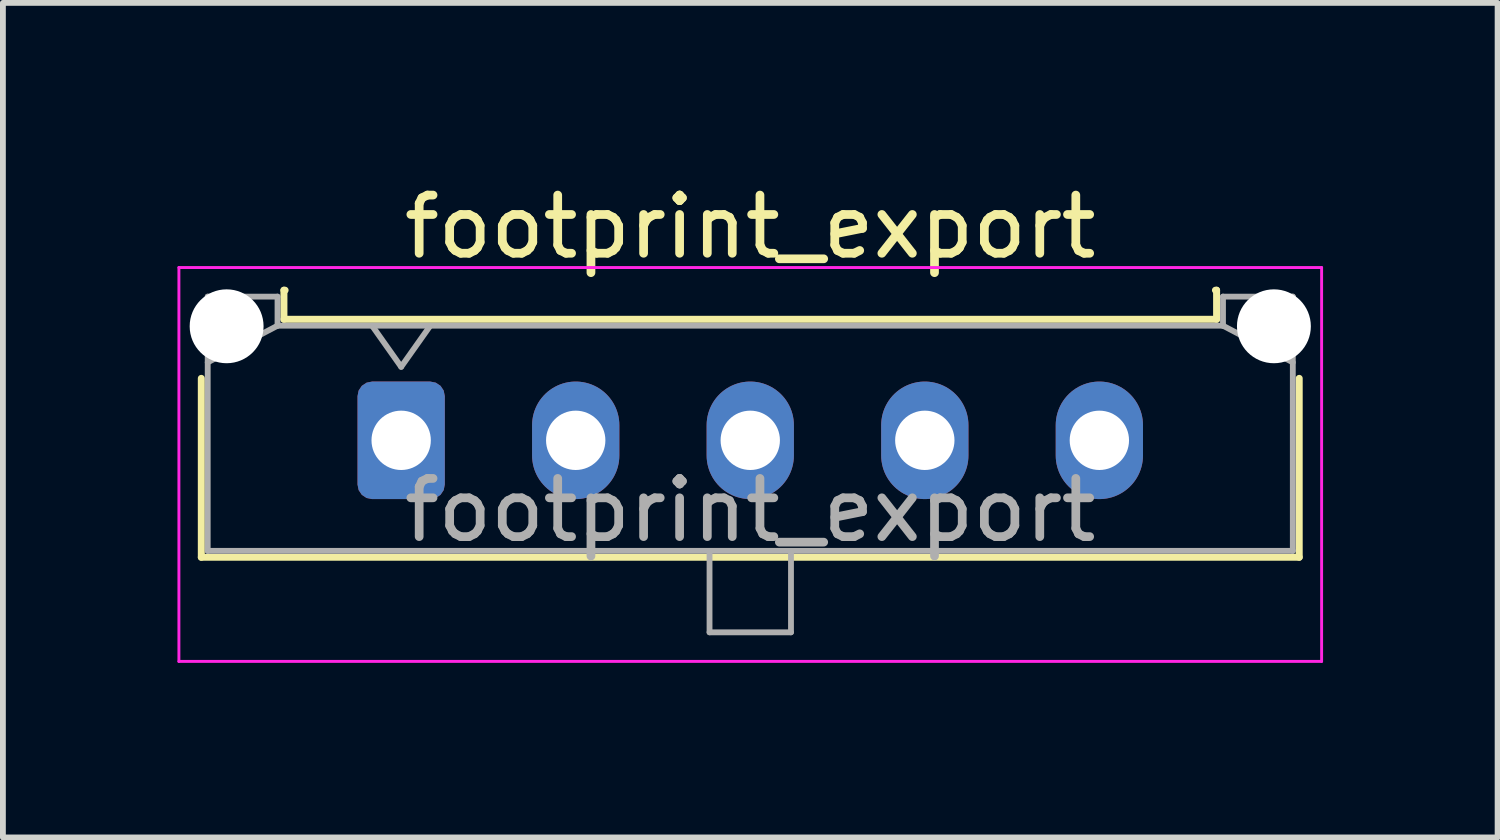
<source format=kicad_pcb>
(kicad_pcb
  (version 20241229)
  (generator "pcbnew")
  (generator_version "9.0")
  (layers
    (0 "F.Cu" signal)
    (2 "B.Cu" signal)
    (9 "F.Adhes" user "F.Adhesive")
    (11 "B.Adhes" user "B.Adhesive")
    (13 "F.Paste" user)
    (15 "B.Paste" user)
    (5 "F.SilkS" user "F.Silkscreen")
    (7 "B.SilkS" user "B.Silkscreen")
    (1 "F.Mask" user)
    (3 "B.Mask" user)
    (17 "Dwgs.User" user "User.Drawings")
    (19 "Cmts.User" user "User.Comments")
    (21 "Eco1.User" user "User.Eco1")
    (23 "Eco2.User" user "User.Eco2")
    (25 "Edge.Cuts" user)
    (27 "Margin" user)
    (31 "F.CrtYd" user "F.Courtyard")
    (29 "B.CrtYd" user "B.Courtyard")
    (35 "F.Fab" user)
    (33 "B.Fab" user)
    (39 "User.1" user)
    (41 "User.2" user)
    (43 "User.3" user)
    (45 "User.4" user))
  (footprint "footprint_export"
    (layer "F.Cu")
    (at 3.845 4.518)
    (property "Reference" "footprint_export" (at 6 -3.67 0) (layer "F.SilkS") (effects (font (size 1 1) (thickness 0.15))))
    (attr through_hole)
    (fp_line (start -3.435 -1.065) (end -3.435 2.01) (stroke (width 0.12) (type solid)) (layer "F.SilkS"))
    (fp_line (start -3.435 2.01) (end 15.435 2.01) (stroke (width 0.12) (type solid)) (layer "F.SilkS"))
    (fp_line (start -2.015 -2.58) (end -2.015 -2.08) (stroke (width 0.12) (type solid)) (layer "F.SilkS"))
    (fp_line (start -2.015 -2.08) (end 14.015 -2.08) (stroke (width 0.12) (type solid)) (layer "F.SilkS"))
    (fp_line (start -1.995 -2.58) (end -2.015 -2.58) (stroke (width 0.12) (type solid)) (layer "F.SilkS"))
    (fp_line (start 14.015 -2.58) (end 13.995 -2.58) (stroke (width 0.12) (type solid)) (layer "F.SilkS"))
    (fp_line (start 14.015 -2.08) (end 14.015 -2.58) (stroke (width 0.12) (type solid)) (layer "F.SilkS"))
    (fp_line (start 15.435 2.01) (end 15.435 -1.065) (stroke (width 0.12) (type solid)) (layer "F.SilkS"))
    (fp_line (start -3.82 -2.97) (end 15.82 -2.97) (stroke (width 0.05) (type solid)) (layer "F.CrtYd"))
    (fp_line (start -3.82 3.8) (end -3.82 -2.97) (stroke (width 0.05) (type solid)) (layer "F.CrtYd"))
    (fp_line (start 15.82 -2.97) (end 15.82 3.8) (stroke (width 0.05) (type solid)) (layer "F.CrtYd"))
    (fp_line (start 15.82 3.8) (end -3.82 3.8) (stroke (width 0.05) (type solid)) (layer "F.CrtYd"))
    (fp_line (start -3.325 -2.47) (end -3.325 1.9) (stroke (width 0.1) (type solid)) (layer "F.Fab"))
    (fp_line (start -3.325 -1.34) (end -2.125 -1.97) (stroke (width 0.1) (type solid)) (layer "F.Fab"))
    (fp_line (start -3.325 1.9) (end 15.325 1.9) (stroke (width 0.1) (type solid)) (layer "F.Fab"))
    (fp_line (start -2.125 -2.47) (end -3.325 -2.47) (stroke (width 0.1) (type solid)) (layer "F.Fab"))
    (fp_line (start -2.125 -1.97) (end -2.125 -2.47) (stroke (width 0.1) (type solid)) (layer "F.Fab"))
    (fp_line (start -0.5 -1.97) (end 0 -1.263) (stroke (width 0.1) (type solid)) (layer "F.Fab"))
    (fp_line (start 0 -1.263) (end 0.5 -1.97) (stroke (width 0.1) (type solid)) (layer "F.Fab"))
    (fp_line (start 5.3 1.9) (end 5.3 3.3) (stroke (width 0.1) (type solid)) (layer "F.Fab"))
    (fp_line (start 5.3 3.3) (end 6.7 3.3) (stroke (width 0.1) (type solid)) (layer "F.Fab"))
    (fp_line (start 6.7 3.3) (end 6.7 1.9) (stroke (width 0.1) (type solid)) (layer "F.Fab"))
    (fp_line (start 14.125 -2.47) (end 14.125 -1.97) (stroke (width 0.1) (type solid)) (layer "F.Fab"))
    (fp_line (start 14.125 -1.97) (end -2.125 -1.97) (stroke (width 0.1) (type solid)) (layer "F.Fab"))
    (fp_line (start 15.325 -2.47) (end 14.125 -2.47) (stroke (width 0.1) (type solid)) (layer "F.Fab"))
    (fp_line (start 15.325 -1.34) (end 14.125 -1.97) (stroke (width 0.1) (type solid)) (layer "F.Fab"))
    (fp_line (start 15.325 1.9) (end 15.325 -2.47) (stroke (width 0.1) (type solid)) (layer "F.Fab"))
    (fp_text user "${REFERENCE}" (at 6 1.2 0) (layer "F.Fab") (effects (font (size 1 1) (thickness 0.15))))
    (pad "" np_thru_hole circle (at -3 -1.96) (size 1.27 1.27) (drill 1.27) (layers "*.Cu" "*.Mask"))
    (pad "" np_thru_hole circle (at 15 -1.96) (size 1.27 1.27) (drill 1.27) (layers "*.Cu" "*.Mask"))
    (pad "1" thru_hole roundrect (at 0 0) (size 1.5 2.02) (drill 1.02) (layers "*.Cu" "*.Mask") (roundrect_rratio 0.167))
    (pad "2" thru_hole oval (at 3 0) (size 1.5 2.02) (drill 1.02) (layers "*.Cu" "*.Mask"))
    (pad "3" thru_hole oval (at 6 0) (size 1.5 2.02) (drill 1.02) (layers "*.Cu" "*.Mask"))
    (pad "4" thru_hole oval (at 9 0) (size 1.5 2.02) (drill 1.02) (layers "*.Cu" "*.Mask"))
    (pad "5" thru_hole oval (at 12 0) (size 1.5 2.02) (drill 1.02) (layers "*.Cu" "*.Mask")))
  (gr_rect
    (start -3 -3)
    (end 22.69 11.343)
    (stroke (width 0.1) (type default))
    (fill no)
    (layer "Edge.Cuts")))
</source>
